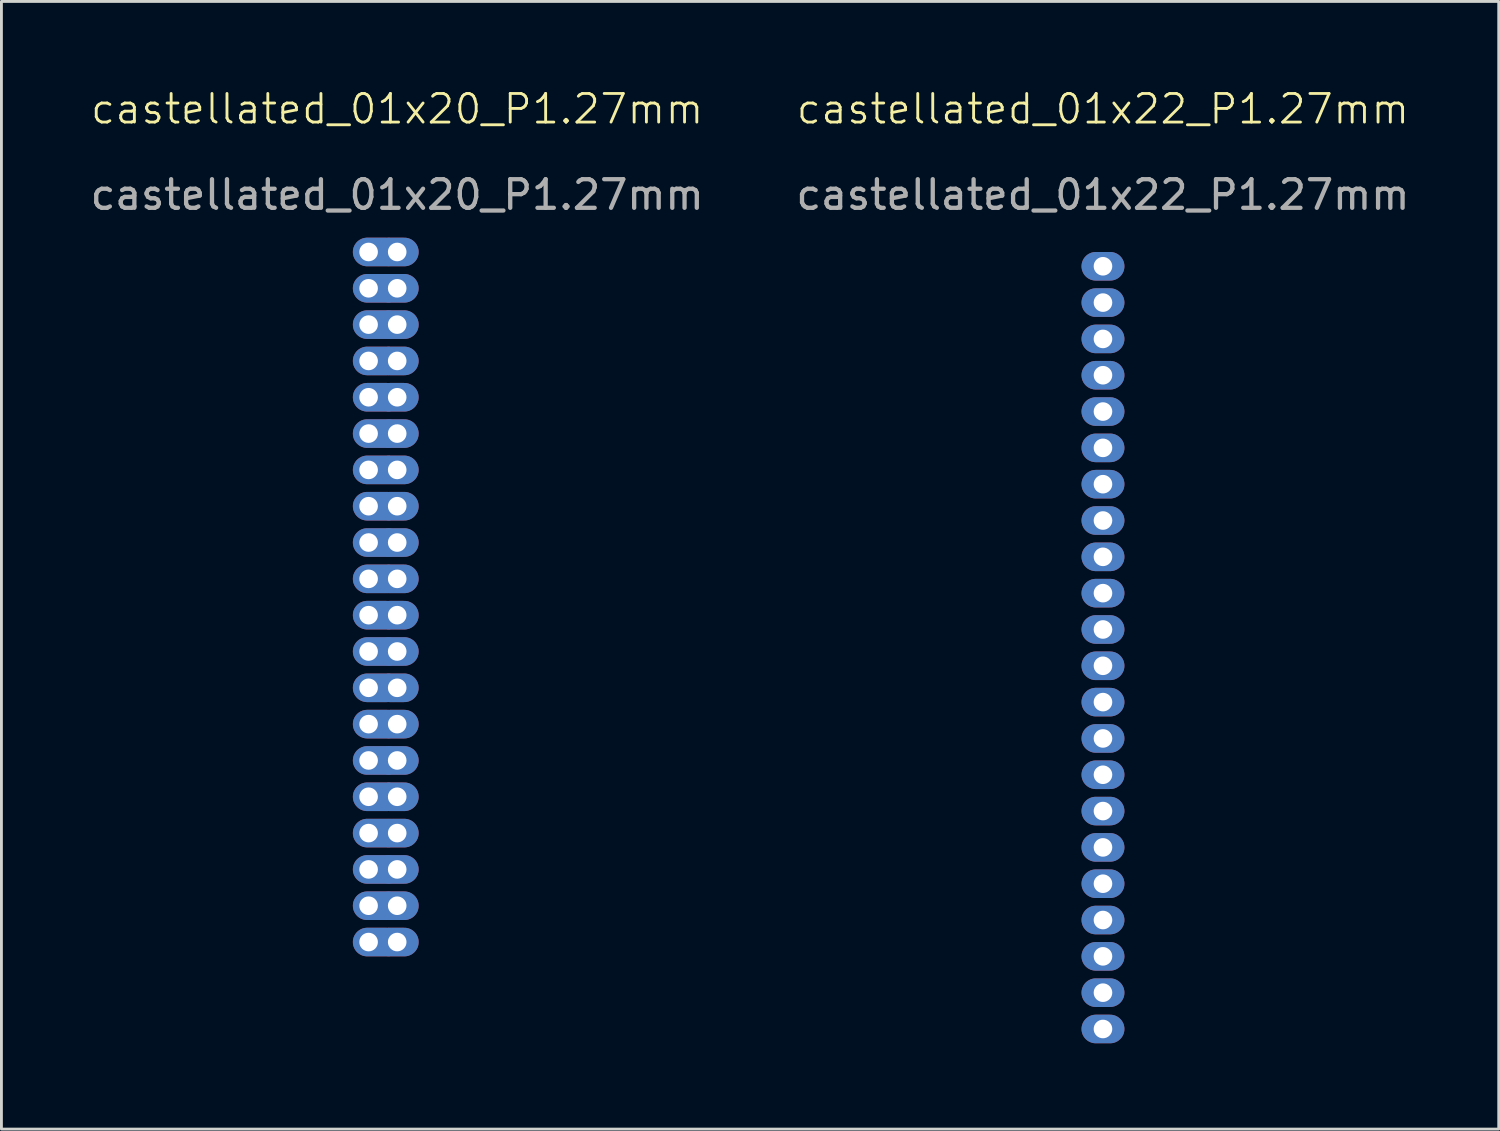
<source format=kicad_pcb>
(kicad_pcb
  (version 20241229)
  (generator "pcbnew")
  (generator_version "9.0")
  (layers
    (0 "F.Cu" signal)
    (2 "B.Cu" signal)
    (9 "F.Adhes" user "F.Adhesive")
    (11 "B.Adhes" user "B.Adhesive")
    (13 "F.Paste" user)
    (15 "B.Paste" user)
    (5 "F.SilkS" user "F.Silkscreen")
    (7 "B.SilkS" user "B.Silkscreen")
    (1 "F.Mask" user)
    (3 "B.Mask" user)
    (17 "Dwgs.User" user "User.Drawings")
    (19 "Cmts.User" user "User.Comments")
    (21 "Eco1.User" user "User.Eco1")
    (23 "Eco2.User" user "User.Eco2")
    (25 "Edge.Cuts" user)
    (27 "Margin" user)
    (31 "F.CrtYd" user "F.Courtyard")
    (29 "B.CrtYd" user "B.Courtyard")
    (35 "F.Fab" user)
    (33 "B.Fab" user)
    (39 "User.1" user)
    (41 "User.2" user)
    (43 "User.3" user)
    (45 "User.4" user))
  (footprint "castellated_01x22_P1.27mm"
    (layer "F.Cu")
    (at 35.518 6.261)
    (property "Reference" "castellated_01x22_P1.27mm" (at 0 -5.5 0) (unlocked yes) (layer "F.SilkS") (effects (font (size 1 1) (thickness 0.1))))
    (attr through_hole)
    (fp_text user "${REFERENCE}" (at 0 -2.5 0) (unlocked yes) (layer "F.Fab") (effects (font (size 1 1) (thickness 0.15))))
    (pad "1" thru_hole oval (at 0 0) (size 1.5 1) (drill 0.65) (layers "*.Cu" "*.Mask"))
    (pad "2" thru_hole oval (at 0 1.27) (size 1.5 1) (drill 0.65) (layers "*.Cu" "*.Mask"))
    (pad "3" thru_hole oval (at 0 2.54) (size 1.5 1) (drill 0.65) (layers "*.Cu" "*.Mask"))
    (pad "4" thru_hole oval (at 0 3.81) (size 1.5 1) (drill 0.65) (layers "*.Cu" "*.Mask"))
    (pad "5" thru_hole oval (at 0 5.08) (size 1.5 1) (drill 0.65) (layers "*.Cu" "*.Mask"))
    (pad "6" thru_hole oval (at 0 6.35) (size 1.5 1) (drill 0.65) (layers "*.Cu" "*.Mask"))
    (pad "7" thru_hole oval (at 0 7.62) (size 1.5 1) (drill 0.65) (layers "*.Cu" "*.Mask"))
    (pad "8" thru_hole oval (at 0 8.89) (size 1.5 1) (drill 0.65) (layers "*.Cu" "*.Mask"))
    (pad "9" thru_hole oval (at 0 10.16) (size 1.5 1) (drill 0.65) (layers "*.Cu" "*.Mask"))
    (pad "10" thru_hole oval (at 0 11.43) (size 1.5 1) (drill 0.65) (layers "*.Cu" "*.Mask"))
    (pad "11" thru_hole oval (at 0 12.7) (size 1.5 1) (drill 0.65) (layers "*.Cu" "*.Mask"))
    (pad "12" thru_hole oval (at 0 13.97) (size 1.5 1) (drill 0.65) (layers "*.Cu" "*.Mask"))
    (pad "13" thru_hole oval (at 0 15.24) (size 1.5 1) (drill 0.65) (layers "*.Cu" "*.Mask"))
    (pad "14" thru_hole oval (at 0 16.51) (size 1.5 1) (drill 0.65) (layers "*.Cu" "*.Mask"))
    (pad "15" thru_hole oval (at 0 17.78) (size 1.5 1) (drill 0.65) (layers "*.Cu" "*.Mask"))
    (pad "16" thru_hole oval (at 0 19.05) (size 1.5 1) (drill 0.65) (layers "*.Cu" "*.Mask"))
    (pad "17" thru_hole oval (at 0 20.32) (size 1.5 1) (drill 0.65) (layers "*.Cu" "*.Mask"))
    (pad "18" thru_hole oval (at 0 21.59) (size 1.5 1) (drill 0.65) (layers "*.Cu" "*.Mask"))
    (pad "19" thru_hole oval (at 0 22.86) (size 1.5 1) (drill 0.65) (layers "*.Cu" "*.Mask"))
    (pad "20" thru_hole oval (at 0 24.13) (size 1.5 1) (drill 0.65) (layers "*.Cu" "*.Mask"))
    (pad "21" thru_hole oval (at 0 25.4) (size 1.5 1) (drill 0.65) (layers "*.Cu" "*.Mask"))
    (pad "22" thru_hole oval (at 0 26.67) (size 1.5 1) (drill 0.65) (layers "*.Cu" "*.Mask")))
  (footprint "castellated_01x20_P1.27mm"
    (layer "F.Cu")
    (at 10.839 5.761)
    (property "Reference" "castellated_01x20_P1.27mm" (at 0 -5 0) (unlocked yes) (layer "F.SilkS") (effects (font (size 1 1) (thickness 0.1))))
    (attr through_hole)
    (fp_text user "${REFERENCE}" (at 0 -2 0) (unlocked yes) (layer "F.Fab") (effects (font (size 1 1) (thickness 0.15))))
    (pad "1" thru_hole oval (at -1 0) (size 1.7 1) (drill 0.65 (offset 0.3 0)) (layers "*.Cu" "*.Mask"))
    (pad "1" thru_hole oval (at 0 0) (size 1.5 1) (drill 0.65) (layers "*.Cu" "*.Mask"))
    (pad "2" thru_hole oval (at -1 1.27) (size 1.7 1) (drill 0.65 (offset 0.3 0)) (layers "*.Cu" "*.Mask"))
    (pad "2" thru_hole oval (at 0 1.27) (size 1.5 1) (drill 0.65) (layers "*.Cu" "*.Mask"))
    (pad "3" thru_hole oval (at -1 2.54) (size 1.7 1) (drill 0.65 (offset 0.3 0)) (layers "*.Cu" "*.Mask"))
    (pad "3" thru_hole oval (at 0 2.54) (size 1.5 1) (drill 0.65) (layers "*.Cu" "*.Mask"))
    (pad "4" thru_hole oval (at -1 3.81) (size 1.7 1) (drill 0.65 (offset 0.3 0)) (layers "*.Cu" "*.Mask"))
    (pad "4" thru_hole oval (at 0 3.81) (size 1.5 1) (drill 0.65) (layers "*.Cu" "*.Mask"))
    (pad "5" thru_hole oval (at -1 5.08) (size 1.7 1) (drill 0.65 (offset 0.3 0)) (layers "*.Cu" "*.Mask"))
    (pad "5" thru_hole oval (at 0 5.08) (size 1.5 1) (drill 0.65) (layers "*.Cu" "*.Mask"))
    (pad "6" thru_hole oval (at -1 6.35) (size 1.7 1) (drill 0.65 (offset 0.3 0)) (layers "*.Cu" "*.Mask"))
    (pad "6" thru_hole oval (at 0 6.35) (size 1.5 1) (drill 0.65) (layers "*.Cu" "*.Mask"))
    (pad "7" thru_hole oval (at -1 7.62) (size 1.7 1) (drill 0.65 (offset 0.3 0)) (layers "*.Cu" "*.Mask"))
    (pad "7" thru_hole oval (at 0 7.62) (size 1.5 1) (drill 0.65) (layers "*.Cu" "*.Mask"))
    (pad "8" thru_hole oval (at -1 8.89) (size 1.7 1) (drill 0.65 (offset 0.3 0)) (layers "*.Cu" "*.Mask"))
    (pad "8" thru_hole oval (at 0 8.89) (size 1.5 1) (drill 0.65) (layers "*.Cu" "*.Mask"))
    (pad "9" thru_hole oval (at -1 10.16) (size 1.7 1) (drill 0.65 (offset 0.3 0)) (layers "*.Cu" "*.Mask"))
    (pad "9" thru_hole oval (at 0 10.16) (size 1.5 1) (drill 0.65) (layers "*.Cu" "*.Mask"))
    (pad "10" thru_hole oval (at -1 11.43) (size 1.7 1) (drill 0.65 (offset 0.3 0)) (layers "*.Cu" "*.Mask"))
    (pad "10" thru_hole oval (at 0 11.43) (size 1.5 1) (drill 0.65) (layers "*.Cu" "*.Mask"))
    (pad "11" thru_hole oval (at -1 12.7) (size 1.7 1) (drill 0.65 (offset 0.3 0)) (layers "*.Cu" "*.Mask"))
    (pad "11" thru_hole oval (at 0 12.7) (size 1.5 1) (drill 0.65) (layers "*.Cu" "*.Mask"))
    (pad "12" thru_hole oval (at -1 13.97) (size 1.7 1) (drill 0.65 (offset 0.3 0)) (layers "*.Cu" "*.Mask"))
    (pad "12" thru_hole oval (at 0 13.97) (size 1.5 1) (drill 0.65) (layers "*.Cu" "*.Mask"))
    (pad "13" thru_hole oval (at -1 15.24) (size 1.7 1) (drill 0.65 (offset 0.3 0)) (layers "*.Cu" "*.Mask"))
    (pad "13" thru_hole oval (at 0 15.24) (size 1.5 1) (drill 0.65) (layers "*.Cu" "*.Mask"))
    (pad "14" thru_hole oval (at -1 16.51) (size 1.7 1) (drill 0.65 (offset 0.3 0)) (layers "*.Cu" "*.Mask"))
    (pad "14" thru_hole oval (at 0 16.51) (size 1.5 1) (drill 0.65) (layers "*.Cu" "*.Mask"))
    (pad "15" thru_hole oval (at -1 17.78) (size 1.7 1) (drill 0.65 (offset 0.3 0)) (layers "*.Cu" "*.Mask"))
    (pad "15" thru_hole oval (at 0 17.78) (size 1.5 1) (drill 0.65) (layers "*.Cu" "*.Mask"))
    (pad "16" thru_hole oval (at -1 19.05) (size 1.7 1) (drill 0.65 (offset 0.3 0)) (layers "*.Cu" "*.Mask"))
    (pad "16" thru_hole oval (at 0 19.05) (size 1.5 1) (drill 0.65) (layers "*.Cu" "*.Mask"))
    (pad "17" thru_hole oval (at -1 20.32) (size 1.7 1) (drill 0.65 (offset 0.3 0)) (layers "*.Cu" "*.Mask"))
    (pad "17" thru_hole oval (at 0 20.32) (size 1.5 1) (drill 0.65) (layers "*.Cu" "*.Mask"))
    (pad "18" thru_hole oval (at -1 21.59) (size 1.7 1) (drill 0.65 (offset 0.3 0)) (layers "*.Cu" "*.Mask"))
    (pad "18" thru_hole oval (at 0 21.59) (size 1.5 1) (drill 0.65) (layers "*.Cu" "*.Mask"))
    (pad "19" thru_hole oval (at -1 22.86) (size 1.7 1) (drill 0.65 (offset 0.3 0)) (layers "*.Cu" "*.Mask"))
    (pad "19" thru_hole oval (at 0 22.86) (size 1.5 1) (drill 0.65) (layers "*.Cu" "*.Mask"))
    (pad "20" thru_hole oval (at -1 24.13) (size 1.7 1) (drill 0.65 (offset 0.3 0)) (layers "*.Cu" "*.Mask"))
    (pad "20" thru_hole oval (at 0 24.13) (size 1.5 1) (drill 0.65) (layers "*.Cu" "*.Mask")))
  (gr_rect
    (start -3 -3)
    (end 49.357 36.431)
    (stroke (width 0.1) (type default))
    (fill no)
    (layer "Edge.Cuts")))
</source>
